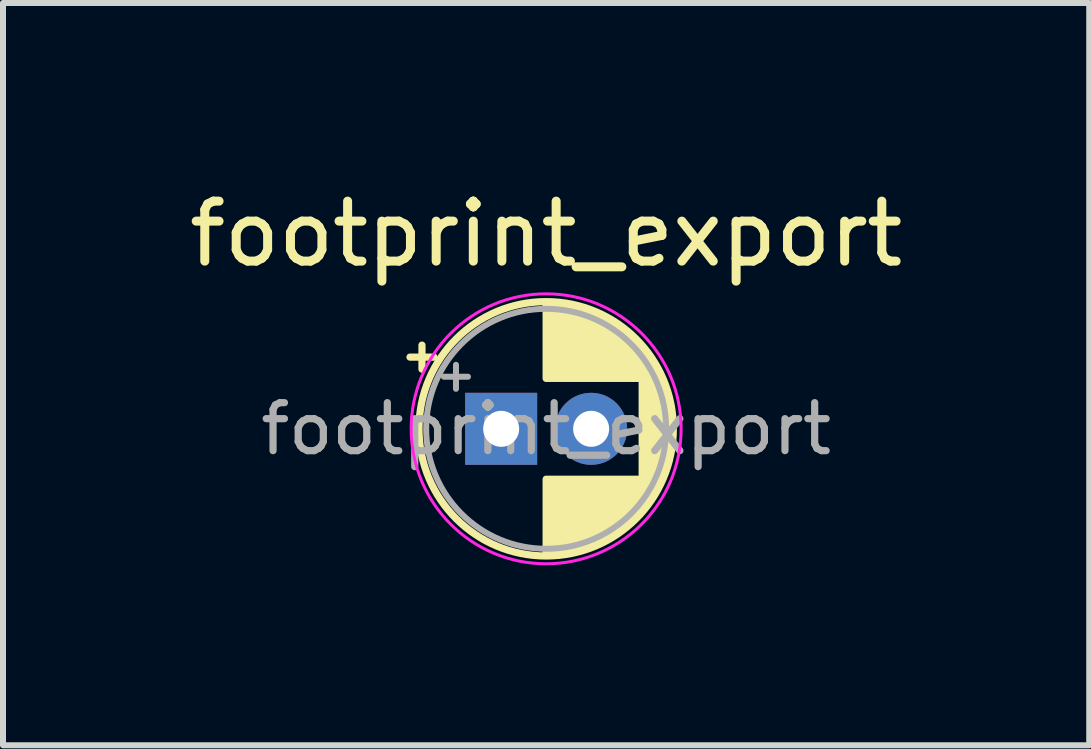
<source format=kicad_pcb>
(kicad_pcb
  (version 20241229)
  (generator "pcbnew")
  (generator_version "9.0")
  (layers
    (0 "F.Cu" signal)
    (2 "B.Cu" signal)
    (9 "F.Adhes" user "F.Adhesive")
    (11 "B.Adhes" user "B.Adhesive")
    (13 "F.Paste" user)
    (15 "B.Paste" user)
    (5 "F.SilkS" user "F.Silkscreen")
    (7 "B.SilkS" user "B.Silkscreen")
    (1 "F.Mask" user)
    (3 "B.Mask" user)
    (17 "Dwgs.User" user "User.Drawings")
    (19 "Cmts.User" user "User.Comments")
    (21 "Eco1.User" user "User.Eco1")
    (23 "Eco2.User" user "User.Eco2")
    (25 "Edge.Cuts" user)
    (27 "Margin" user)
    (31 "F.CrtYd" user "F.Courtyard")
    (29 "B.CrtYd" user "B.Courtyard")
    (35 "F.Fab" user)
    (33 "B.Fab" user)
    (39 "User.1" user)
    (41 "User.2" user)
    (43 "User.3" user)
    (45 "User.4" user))
  (footprint "footprint_export"
    (layer "F.Cu")
    (at 5.304 4.098)
    (property "Reference" "footprint_export" (at 0.75 -3.25 0) (layer "F.SilkS") (effects (font (size 1 1) (thickness 0.15))))
    (attr through_hole)
    (fp_line (start -1.52 -1.195) (end -1.12 -1.195) (stroke (width 0.12) (type solid)) (layer "F.SilkS"))
    (fp_line (start -1.32 -1.395) (end -1.32 -0.995) (stroke (width 0.12) (type solid)) (layer "F.SilkS"))
    (fp_line (start 0.75 -2.08) (end 0.75 -0.84) (stroke (width 0.12) (type solid)) (layer "F.SilkS"))
    (fp_line (start 0.75 0.84) (end 0.75 2.08) (stroke (width 0.12) (type solid)) (layer "F.SilkS"))
    (fp_line (start 0.79 -2.08) (end 0.79 -0.84) (stroke (width 0.12) (type solid)) (layer "F.SilkS"))
    (fp_line (start 0.79 0.84) (end 0.79 2.08) (stroke (width 0.12) (type solid)) (layer "F.SilkS"))
    (fp_line (start 0.83 -2.079) (end 0.83 -0.84) (stroke (width 0.12) (type solid)) (layer "F.SilkS"))
    (fp_line (start 0.83 0.84) (end 0.83 2.079) (stroke (width 0.12) (type solid)) (layer "F.SilkS"))
    (fp_line (start 0.87 -2.077) (end 0.87 -0.84) (stroke (width 0.12) (type solid)) (layer "F.SilkS"))
    (fp_line (start 0.87 0.84) (end 0.87 2.077) (stroke (width 0.12) (type solid)) (layer "F.SilkS"))
    (fp_line (start 0.91 -2.074) (end 0.91 -0.84) (stroke (width 0.12) (type solid)) (layer "F.SilkS"))
    (fp_line (start 0.91 0.84) (end 0.91 2.074) (stroke (width 0.12) (type solid)) (layer "F.SilkS"))
    (fp_line (start 0.95 -2.071) (end 0.95 -0.84) (stroke (width 0.12) (type solid)) (layer "F.SilkS"))
    (fp_line (start 0.95 0.84) (end 0.95 2.071) (stroke (width 0.12) (type solid)) (layer "F.SilkS"))
    (fp_line (start 0.99 -2.067) (end 0.99 -0.84) (stroke (width 0.12) (type solid)) (layer "F.SilkS"))
    (fp_line (start 0.99 0.84) (end 0.99 2.067) (stroke (width 0.12) (type solid)) (layer "F.SilkS"))
    (fp_line (start 1.03 -2.062) (end 1.03 -0.84) (stroke (width 0.12) (type solid)) (layer "F.SilkS"))
    (fp_line (start 1.03 0.84) (end 1.03 2.062) (stroke (width 0.12) (type solid)) (layer "F.SilkS"))
    (fp_line (start 1.07 -2.056) (end 1.07 -0.84) (stroke (width 0.12) (type solid)) (layer "F.SilkS"))
    (fp_line (start 1.07 0.84) (end 1.07 2.056) (stroke (width 0.12) (type solid)) (layer "F.SilkS"))
    (fp_line (start 1.11 -2.05) (end 1.11 -0.84) (stroke (width 0.12) (type solid)) (layer "F.SilkS"))
    (fp_line (start 1.11 0.84) (end 1.11 2.05) (stroke (width 0.12) (type solid)) (layer "F.SilkS"))
    (fp_line (start 1.15 -2.042) (end 1.15 -0.84) (stroke (width 0.12) (type solid)) (layer "F.SilkS"))
    (fp_line (start 1.15 0.84) (end 1.15 2.042) (stroke (width 0.12) (type solid)) (layer "F.SilkS"))
    (fp_line (start 1.19 -2.034) (end 1.19 -0.84) (stroke (width 0.12) (type solid)) (layer "F.SilkS"))
    (fp_line (start 1.19 0.84) (end 1.19 2.034) (stroke (width 0.12) (type solid)) (layer "F.SilkS"))
    (fp_line (start 1.23 -2.025) (end 1.23 -0.84) (stroke (width 0.12) (type solid)) (layer "F.SilkS"))
    (fp_line (start 1.23 0.84) (end 1.23 2.025) (stroke (width 0.12) (type solid)) (layer "F.SilkS"))
    (fp_line (start 1.27 -2.016) (end 1.27 -0.84) (stroke (width 0.12) (type solid)) (layer "F.SilkS"))
    (fp_line (start 1.27 0.84) (end 1.27 2.016) (stroke (width 0.12) (type solid)) (layer "F.SilkS"))
    (fp_line (start 1.31 -2.005) (end 1.31 -0.84) (stroke (width 0.12) (type solid)) (layer "F.SilkS"))
    (fp_line (start 1.31 0.84) (end 1.31 2.005) (stroke (width 0.12) (type solid)) (layer "F.SilkS"))
    (fp_line (start 1.35 -1.994) (end 1.35 -0.84) (stroke (width 0.12) (type solid)) (layer "F.SilkS"))
    (fp_line (start 1.35 0.84) (end 1.35 1.994) (stroke (width 0.12) (type solid)) (layer "F.SilkS"))
    (fp_line (start 1.39 -1.982) (end 1.39 -0.84) (stroke (width 0.12) (type solid)) (layer "F.SilkS"))
    (fp_line (start 1.39 0.84) (end 1.39 1.982) (stroke (width 0.12) (type solid)) (layer "F.SilkS"))
    (fp_line (start 1.43 -1.968) (end 1.43 -0.84) (stroke (width 0.12) (type solid)) (layer "F.SilkS"))
    (fp_line (start 1.43 0.84) (end 1.43 1.968) (stroke (width 0.12) (type solid)) (layer "F.SilkS"))
    (fp_line (start 1.471 -1.954) (end 1.471 -0.84) (stroke (width 0.12) (type solid)) (layer "F.SilkS"))
    (fp_line (start 1.471 0.84) (end 1.471 1.954) (stroke (width 0.12) (type solid)) (layer "F.SilkS"))
    (fp_line (start 1.511 -1.94) (end 1.511 -0.84) (stroke (width 0.12) (type solid)) (layer "F.SilkS"))
    (fp_line (start 1.511 0.84) (end 1.511 1.94) (stroke (width 0.12) (type solid)) (layer "F.SilkS"))
    (fp_line (start 1.551 -1.924) (end 1.551 -0.84) (stroke (width 0.12) (type solid)) (layer "F.SilkS"))
    (fp_line (start 1.551 0.84) (end 1.551 1.924) (stroke (width 0.12) (type solid)) (layer "F.SilkS"))
    (fp_line (start 1.591 -1.907) (end 1.591 -0.84) (stroke (width 0.12) (type solid)) (layer "F.SilkS"))
    (fp_line (start 1.591 0.84) (end 1.591 1.907) (stroke (width 0.12) (type solid)) (layer "F.SilkS"))
    (fp_line (start 1.631 -1.889) (end 1.631 -0.84) (stroke (width 0.12) (type solid)) (layer "F.SilkS"))
    (fp_line (start 1.631 0.84) (end 1.631 1.889) (stroke (width 0.12) (type solid)) (layer "F.SilkS"))
    (fp_line (start 1.671 -1.87) (end 1.671 -0.84) (stroke (width 0.12) (type solid)) (layer "F.SilkS"))
    (fp_line (start 1.671 0.84) (end 1.671 1.87) (stroke (width 0.12) (type solid)) (layer "F.SilkS"))
    (fp_line (start 1.711 -1.851) (end 1.711 -0.84) (stroke (width 0.12) (type solid)) (layer "F.SilkS"))
    (fp_line (start 1.711 0.84) (end 1.711 1.851) (stroke (width 0.12) (type solid)) (layer "F.SilkS"))
    (fp_line (start 1.751 -1.83) (end 1.751 -0.84) (stroke (width 0.12) (type solid)) (layer "F.SilkS"))
    (fp_line (start 1.751 0.84) (end 1.751 1.83) (stroke (width 0.12) (type solid)) (layer "F.SilkS"))
    (fp_line (start 1.791 -1.808) (end 1.791 -0.84) (stroke (width 0.12) (type solid)) (layer "F.SilkS"))
    (fp_line (start 1.791 0.84) (end 1.791 1.808) (stroke (width 0.12) (type solid)) (layer "F.SilkS"))
    (fp_line (start 1.831 -1.785) (end 1.831 -0.84) (stroke (width 0.12) (type solid)) (layer "F.SilkS"))
    (fp_line (start 1.831 0.84) (end 1.831 1.785) (stroke (width 0.12) (type solid)) (layer "F.SilkS"))
    (fp_line (start 1.871 -1.76) (end 1.871 -0.84) (stroke (width 0.12) (type solid)) (layer "F.SilkS"))
    (fp_line (start 1.871 0.84) (end 1.871 1.76) (stroke (width 0.12) (type solid)) (layer "F.SilkS"))
    (fp_line (start 1.911 -1.735) (end 1.911 -0.84) (stroke (width 0.12) (type solid)) (layer "F.SilkS"))
    (fp_line (start 1.911 0.84) (end 1.911 1.735) (stroke (width 0.12) (type solid)) (layer "F.SilkS"))
    (fp_line (start 1.951 -1.708) (end 1.951 -0.84) (stroke (width 0.12) (type solid)) (layer "F.SilkS"))
    (fp_line (start 1.951 0.84) (end 1.951 1.708) (stroke (width 0.12) (type solid)) (layer "F.SilkS"))
    (fp_line (start 1.991 -1.68) (end 1.991 -0.84) (stroke (width 0.12) (type solid)) (layer "F.SilkS"))
    (fp_line (start 1.991 0.84) (end 1.991 1.68) (stroke (width 0.12) (type solid)) (layer "F.SilkS"))
    (fp_line (start 2.031 -1.65) (end 2.031 -0.84) (stroke (width 0.12) (type solid)) (layer "F.SilkS"))
    (fp_line (start 2.031 0.84) (end 2.031 1.65) (stroke (width 0.12) (type solid)) (layer "F.SilkS"))
    (fp_line (start 2.071 -1.619) (end 2.071 -0.84) (stroke (width 0.12) (type solid)) (layer "F.SilkS"))
    (fp_line (start 2.071 0.84) (end 2.071 1.619) (stroke (width 0.12) (type solid)) (layer "F.SilkS"))
    (fp_line (start 2.111 -1.587) (end 2.111 -0.84) (stroke (width 0.12) (type solid)) (layer "F.SilkS"))
    (fp_line (start 2.111 0.84) (end 2.111 1.587) (stroke (width 0.12) (type solid)) (layer "F.SilkS"))
    (fp_line (start 2.151 -1.552) (end 2.151 -0.84) (stroke (width 0.12) (type solid)) (layer "F.SilkS"))
    (fp_line (start 2.151 0.84) (end 2.151 1.552) (stroke (width 0.12) (type solid)) (layer "F.SilkS"))
    (fp_line (start 2.191 -1.516) (end 2.191 -0.84) (stroke (width 0.12) (type solid)) (layer "F.SilkS"))
    (fp_line (start 2.191 0.84) (end 2.191 1.516) (stroke (width 0.12) (type solid)) (layer "F.SilkS"))
    (fp_line (start 2.231 -1.478) (end 2.231 -0.84) (stroke (width 0.12) (type solid)) (layer "F.SilkS"))
    (fp_line (start 2.231 0.84) (end 2.231 1.478) (stroke (width 0.12) (type solid)) (layer "F.SilkS"))
    (fp_line (start 2.271 -1.438) (end 2.271 -0.84) (stroke (width 0.12) (type solid)) (layer "F.SilkS"))
    (fp_line (start 2.271 0.84) (end 2.271 1.438) (stroke (width 0.12) (type solid)) (layer "F.SilkS"))
    (fp_line (start 2.311 -1.396) (end 2.311 -0.84) (stroke (width 0.12) (type solid)) (layer "F.SilkS"))
    (fp_line (start 2.311 0.84) (end 2.311 1.396) (stroke (width 0.12) (type solid)) (layer "F.SilkS"))
    (fp_line (start 2.351 -1.351) (end 2.351 1.351) (stroke (width 0.12) (type solid)) (layer "F.SilkS"))
    (fp_line (start 2.391 -1.304) (end 2.391 1.304) (stroke (width 0.12) (type solid)) (layer "F.SilkS"))
    (fp_line (start 2.431 -1.254) (end 2.431 1.254) (stroke (width 0.12) (type solid)) (layer "F.SilkS"))
    (fp_line (start 2.471 -1.2) (end 2.471 1.2) (stroke (width 0.12) (type solid)) (layer "F.SilkS"))
    (fp_line (start 2.511 -1.142) (end 2.511 1.142) (stroke (width 0.12) (type solid)) (layer "F.SilkS"))
    (fp_line (start 2.551 -1.08) (end 2.551 1.08) (stroke (width 0.12) (type solid)) (layer "F.SilkS"))
    (fp_line (start 2.591 -1.013) (end 2.591 1.013) (stroke (width 0.12) (type solid)) (layer "F.SilkS"))
    (fp_line (start 2.631 -0.94) (end 2.631 0.94) (stroke (width 0.12) (type solid)) (layer "F.SilkS"))
    (fp_line (start 2.671 -0.859) (end 2.671 0.859) (stroke (width 0.12) (type solid)) (layer "F.SilkS"))
    (fp_line (start 2.711 -0.768) (end 2.711 0.768) (stroke (width 0.12) (type solid)) (layer "F.SilkS"))
    (fp_line (start 2.751 -0.664) (end 2.751 0.664) (stroke (width 0.12) (type solid)) (layer "F.SilkS"))
    (fp_line (start 2.791 -0.537) (end 2.791 0.537) (stroke (width 0.12) (type solid)) (layer "F.SilkS"))
    (fp_line (start 2.831 -0.37) (end 2.831 0.37) (stroke (width 0.12) (type solid)) (layer "F.SilkS"))
    (fp_circle (center 0.75 0) (end 2.87 0) (stroke (width 0.12) (type solid)) (fill no) (layer "F.SilkS"))
    (fp_circle (center 0.75 0) (end 3 0) (stroke (width 0.05) (type solid)) (fill no) (layer "F.CrtYd"))
    (fp_line (start -0.953 -0.868) (end -0.553 -0.868) (stroke (width 0.1) (type solid)) (layer "F.Fab"))
    (fp_line (start -0.753 -1.067) (end -0.753 -0.667) (stroke (width 0.1) (type solid)) (layer "F.Fab"))
    (fp_circle (center 0.75 0) (end 2.75 0) (stroke (width 0.1) (type solid)) (fill no) (layer "F.Fab"))
    (fp_text user "${REFERENCE}" (at 0.75 0 0) (layer "F.Fab") (effects (font (size 0.8 0.8) (thickness 0.12))))
    (pad "1" thru_hole rect (at 0 0) (size 1.2 1.2) (drill 0.6) (layers "*.Cu" "*.Mask"))
    (pad "2" thru_hole circle (at 1.5 0) (size 1.2 1.2) (drill 0.6) (layers "*.Cu" "*.Mask")))
  (gr_rect
    (start -3 -3)
    (end 15.107 9.373)
    (stroke (width 0.1) (type default))
    (fill no)
    (layer "Edge.Cuts")))
</source>
